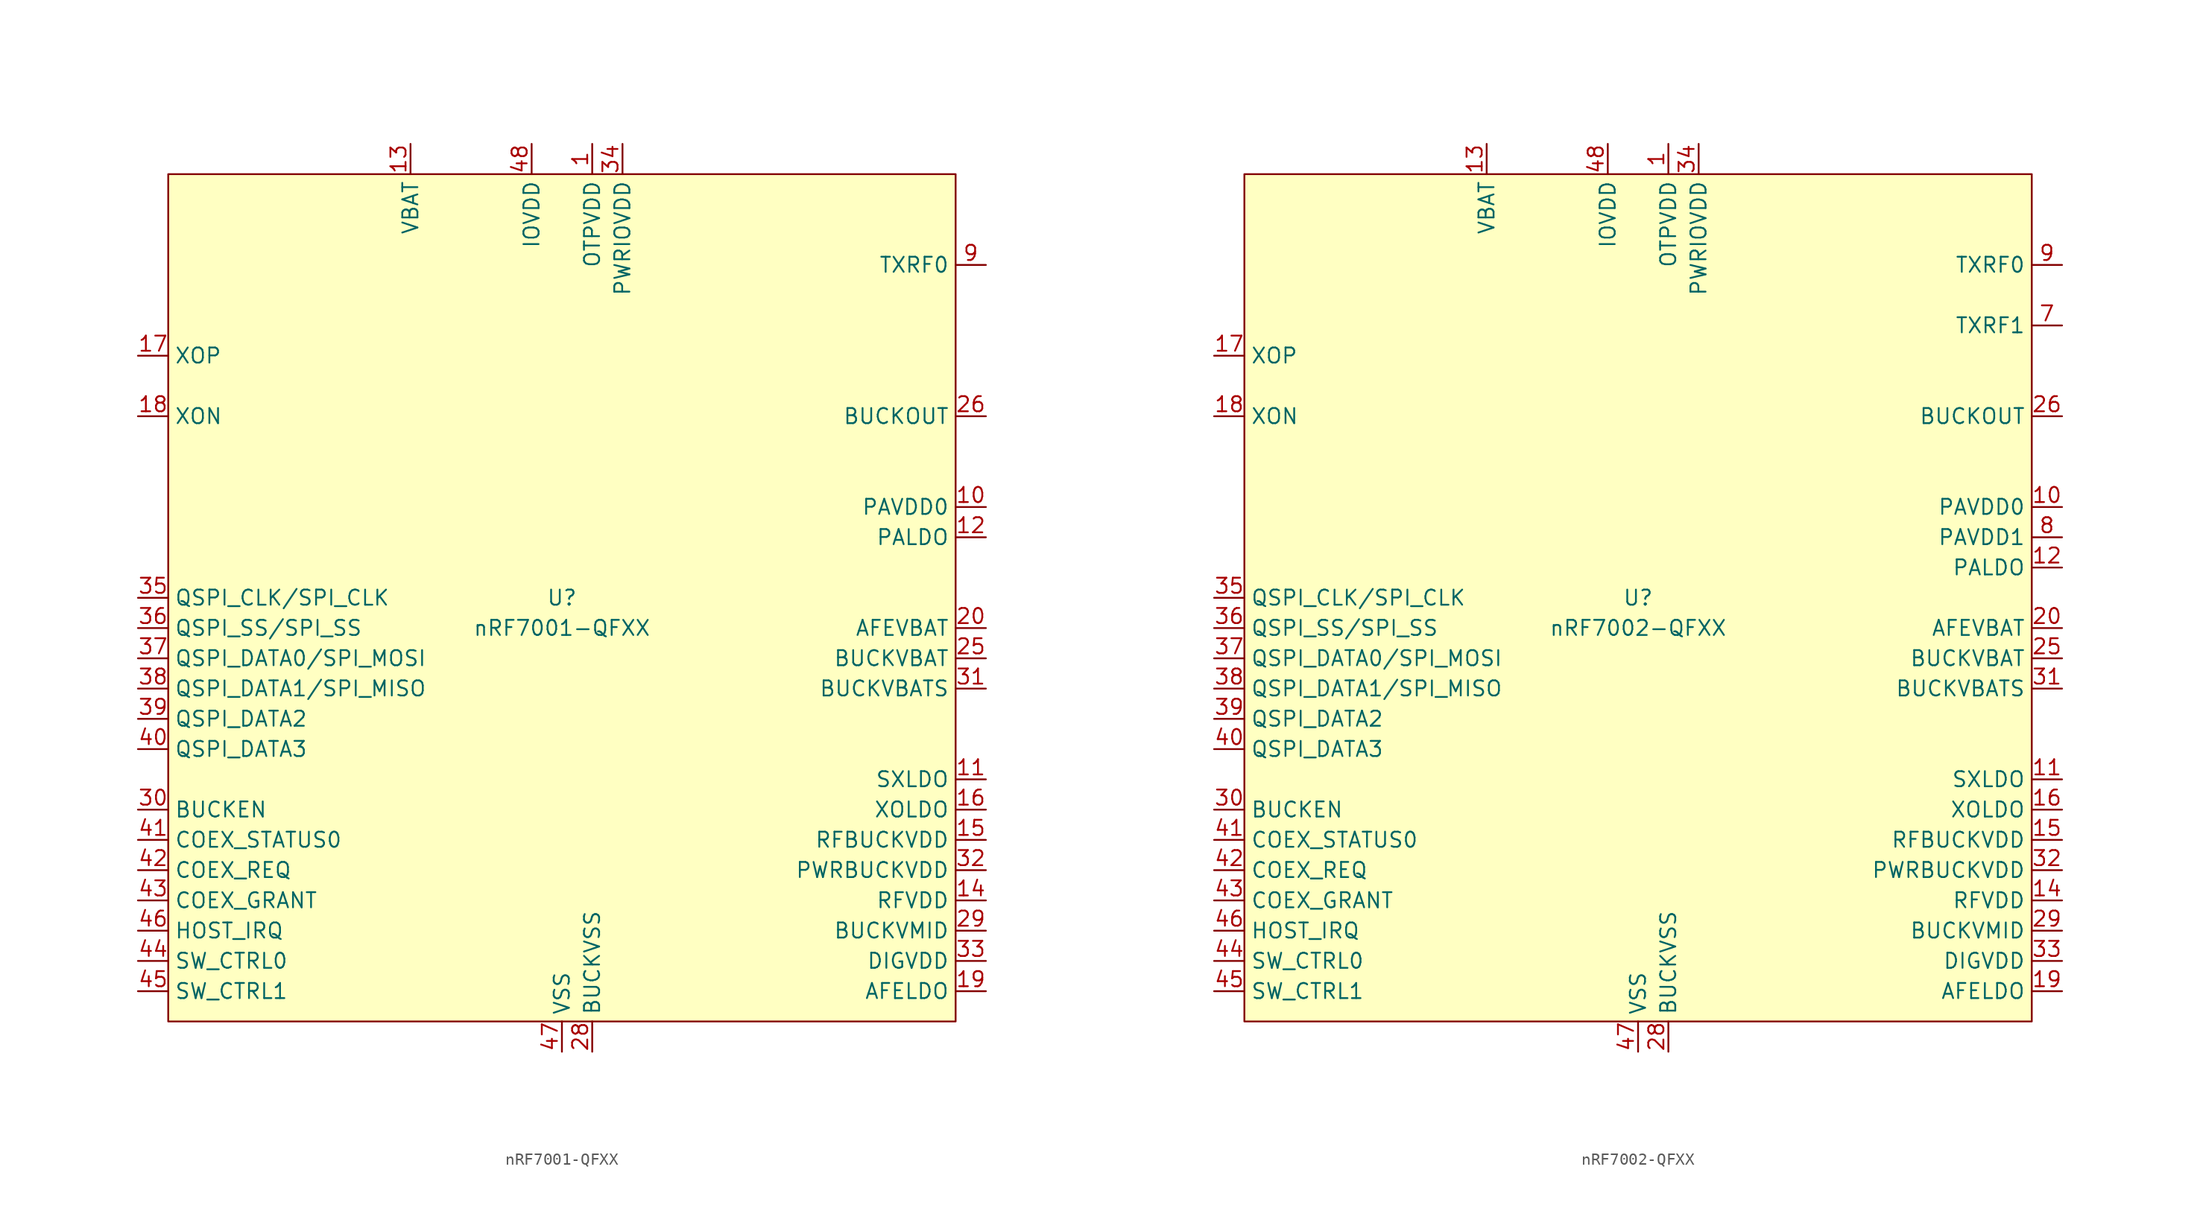
<source format=kicad_sym>
(kicad_symbol_lib
  (version 20220914)
  (generator kicad_symbol_editor)
  (symbol "nRF7001-QFXX"
    (property "Reference" "U"
      (at 0 0 0)
      (do_not_autoplace)
      (effects (font (size 1.27 1.27))))
    (property "Value" "nRF7001-QFXX"
      (at 0 -2.54 0)
      (do_not_autoplace)
      (effects (font (size 1.27 1.27))))
    (symbol "nRF7001-QFXX_0_0"
      (pin unspecified line (at 2.54 38.1 270) (length 2.54) (name "OTPVDD" (effects (font (size 1.27 1.27)))) (number "1" (effects (font (size 1.27 1.27)))))
      (pin unspecified line (at 35.56 7.62 180) (length 2.54) (name "PAVDD0" (effects (font (size 1.27 1.27)))) (number "10" (effects (font (size 1.27 1.27)))))
      (pin unspecified line (at 35.56 -15.24 180) (length 2.54) (name "SXLDO" (effects (font (size 1.27 1.27)))) (number "11" (effects (font (size 1.27 1.27)))))
      (pin unspecified line (at 35.56 5.08 180) (length 2.54) (name "PALDO" (effects (font (size 1.27 1.27)))) (number "12" (effects (font (size 1.27 1.27)))))
      (pin unspecified line (at -12.7 38.1 270) (length 2.54) (name "VBAT" (effects (font (size 1.27 1.27)))) (number "13" (effects (font (size 1.27 1.27)))))
      (pin unspecified line (at 35.56 -25.4 180) (length 2.54) (name "RFVDD" (effects (font (size 1.27 1.27)))) (number "14" (effects (font (size 1.27 1.27)))))
      (pin unspecified line (at 35.56 -20.32 180) (length 2.54) (name "RFBUCKVDD" (effects (font (size 1.27 1.27)))) (number "15" (effects (font (size 1.27 1.27)))))
      (pin unspecified line (at 35.56 -17.78 180) (length 2.54) (name "XOLDO" (effects (font (size 1.27 1.27)))) (number "16" (effects (font (size 1.27 1.27)))))
      (pin unspecified line (at -35.56 20.32 0) (length 2.54) (name "XOP" (effects (font (size 1.27 1.27)))) (number "17" (effects (font (size 1.27 1.27)))))
      (pin unspecified line (at -35.56 15.24 0) (length 2.54) (name "XON" (effects (font (size 1.27 1.27)))) (number "18" (effects (font (size 1.27 1.27)))))
      (pin unspecified line (at 35.56 -33.02 180) (length 2.54) (name "AFELDO" (effects (font (size 1.27 1.27)))) (number "19" (effects (font (size 1.27 1.27)))))
      (pin unspecified line (at 35.56 -2.54 180) (length 2.54) (name "AFEVBAT" (effects (font (size 1.27 1.27)))) (number "20" (effects (font (size 1.27 1.27)))))
      (pin unspecified line (at 35.56 -5.08 180) (length 2.54) (name "BUCKVBAT" (effects (font (size 1.27 1.27)))) (number "25" (effects (font (size 1.27 1.27)))))
      (pin unspecified line (at 35.56 15.24 180) (length 2.54) (name "BUCKOUT" (effects (font (size 1.27 1.27)))) (number "26" (effects (font (size 1.27 1.27)))))
      (pin unspecified line (at 2.54 -38.1 90) (length 2.54) (name "BUCKVSS" (effects (font (size 1.27 1.27)))) (number "28" (effects (font (size 1.27 1.27)))))
      (pin unspecified line (at 35.56 -27.94 180) (length 2.54) (name "BUCKVMID" (effects (font (size 1.27 1.27)))) (number "29" (effects (font (size 1.27 1.27)))))
      (pin unspecified line (at -35.56 -17.78 0) (length 2.54) (name "BUCKEN" (effects (font (size 1.27 1.27)))) (number "30" (effects (font (size 1.27 1.27)))))
      (pin unspecified line (at 35.56 -7.62 180) (length 2.54) (name "BUCKVBATS" (effects (font (size 1.27 1.27)))) (number "31" (effects (font (size 1.27 1.27)))))
      (pin unspecified line (at 35.56 -22.86 180) (length 2.54) (name "PWRBUCKVDD" (effects (font (size 1.27 1.27)))) (number "32" (effects (font (size 1.27 1.27)))))
      (pin unspecified line (at 35.56 -30.48 180) (length 2.54) (name "DIGVDD" (effects (font (size 1.27 1.27)))) (number "33" (effects (font (size 1.27 1.27)))))
      (pin unspecified line (at 5.08 38.1 270) (length 2.54) (name "PWRIOVDD" (effects (font (size 1.27 1.27)))) (number "34" (effects (font (size 1.27 1.27)))))
      (pin unspecified line (at -35.56 -2.54 0) (length 2.54) (name "QSPI_SS/SPI_SS" (effects (font (size 1.27 1.27)))) (number "36" (effects (font (size 1.27 1.27)))))
      (pin unspecified line (at -35.56 -5.08 0) (length 2.54) (name "QSPI_DATA0/SPI_MOSI" (effects (font (size 1.27 1.27)))) (number "37" (effects (font (size 1.27 1.27)))))
      (pin unspecified line (at -35.56 -7.62 0) (length 2.54) (name "QSPI_DATA1/SPI_MISO" (effects (font (size 1.27 1.27)))) (number "38" (effects (font (size 1.27 1.27)))))
      (pin unspecified line (at -35.56 -10.16 0) (length 2.54) (name "QSPI_DATA2" (effects (font (size 1.27 1.27)))) (number "39" (effects (font (size 1.27 1.27)))))
      (pin unspecified line (at -35.56 -12.7 0) (length 2.54) (name "QSPI_DATA3" (effects (font (size 1.27 1.27)))) (number "40" (effects (font (size 1.27 1.27)))))
      (pin unspecified line (at -35.56 -20.32 0) (length 2.54) (name "COEX_STATUS0" (effects (font (size 1.27 1.27)))) (number "41" (effects (font (size 1.27 1.27)))))
      (pin unspecified line (at -35.56 -22.86 0) (length 2.54) (name "COEX_REQ" (effects (font (size 1.27 1.27)))) (number "42" (effects (font (size 1.27 1.27)))))
      (pin unspecified line (at -35.56 -25.4 0) (length 2.54) (name "COEX_GRANT" (effects (font (size 1.27 1.27)))) (number "43" (effects (font (size 1.27 1.27)))))
      (pin unspecified line (at -35.56 -30.48 0) (length 2.54) (name "SW_CTRL0" (effects (font (size 1.27 1.27)))) (number "44" (effects (font (size 1.27 1.27)))))
      (pin unspecified line (at -35.56 -33.02 0) (length 2.54) (name "SW_CTRL1" (effects (font (size 1.27 1.27)))) (number "45" (effects (font (size 1.27 1.27)))))
      (pin unspecified line (at -35.56 -27.94 0) (length 2.54) (name "HOST_IRQ" (effects (font (size 1.27 1.27)))) (number "46" (effects (font (size 1.27 1.27)))))
      (pin unspecified line (at -2.54 38.1 270) (length 2.54) (name "IOVDD" (effects (font (size 1.27 1.27)))) (number "48" (effects (font (size 1.27 1.27)))))
      (pin unspecified line (at 35.56 27.94 180) (length 2.54) (name "TXRF0" (effects (font (size 1.27 1.27)))) (number "9" (effects (font (size 1.27 1.27))))))
    (symbol "nRF7001-QFXX_1_0"
      (pin no_connect line (at 10.16 -25.4 90) (length 2.54) hide (name "N.C." (effects (font (size 1.27 1.27)))) (number "2" (effects (font (size 1.27 1.27)))))
      (pin no_connect line (at 5.08 -25.4 90) (length 2.54) hide (name "N.C." (effects (font (size 1.27 1.27)))) (number "21" (effects (font (size 1.27 1.27)))))
      (pin no_connect line (at 2.54 -25.4 90) (length 2.54) hide (name "N.C." (effects (font (size 1.27 1.27)))) (number "22" (effects (font (size 1.27 1.27)))))
      (pin no_connect line (at 0 -25.4 90) (length 2.54) hide (name "N.C." (effects (font (size 1.27 1.27)))) (number "23" (effects (font (size 1.27 1.27)))))
      (pin no_connect line (at -2.54 -25.4 90) (length 2.54) hide (name "N.C." (effects (font (size 1.27 1.27)))) (number "24" (effects (font (size 1.27 1.27)))))
      (pin unspecified line (at 2.54 -38.1 90) (length 2.54) hide (name "BUCKVSS" (effects (font (size 1.27 1.27)))) (number "27" (effects (font (size 1.27 1.27)))))
      (pin no_connect line (at -5.08 -25.4 90) (length 2.54) hide (name "N.C." (effects (font (size 1.27 1.27)))) (number "3" (effects (font (size 1.27 1.27)))))
      (pin unspecified line (at -35.56 0 0) (length 2.54) (name "QSPI_CLK/SPI_CLK" (effects (font (size 1.27 1.27)))) (number "35" (effects (font (size 1.27 1.27)))))
      (pin no_connect line (at 7.62 -25.4 90) (length 2.54) hide (name "N.C." (effects (font (size 1.27 1.27)))) (number "4" (effects (font (size 1.27 1.27)))))
      (pin unspecified line (at 0 -38.1 90) (length 2.54) (name "VSS" (effects (font (size 1.27 1.27)))) (number "47" (effects (font (size 1.27 1.27)))))
      (pin unspecified line (at 0 -38.1 90) (length 2.54) hide (name "EP" (effects (font (size 1.27 1.27)))) (number "49" (effects (font (size 1.27 1.27)))))
      (pin no_connect line (at -7.62 -25.4 90) (length 2.54) hide (name "N.C." (effects (font (size 1.27 1.27)))) (number "5" (effects (font (size 1.27 1.27)))))
      (pin no_connect line (at -10.16 -25.4 90) (length 2.54) hide (name "N.C." (effects (font (size 1.27 1.27)))) (number "6" (effects (font (size 1.27 1.27)))))
      (pin no_connect line (at 12.7 -25.4 90) (length 2.54) hide (name "N.C." (effects (font (size 1.27 1.27)))) (number "7" (effects (font (size 1.27 1.27)))))
      (pin unspecified line (at 0 -38.1 90) (length 2.54) hide (name "VSS" (effects (font (size 1.27 1.27)))) (number "8" (effects (font (size 1.27 1.27))))))
    (symbol "nRF7001-QFXX_1_1"
      (rectangle (start -33.02 35.56) (end 33.02 -35.56) (stroke (width 0) (type default)) (fill (type background)))))
  (symbol "nRF7002-QFXX"
    (property "Reference" "U"
      (at 0 0 0)
      (do_not_autoplace)
      (effects (font (size 1.27 1.27))))
    (property "Value" "nRF7002-QFXX"
      (at 0 -2.54 0)
      (do_not_autoplace)
      (effects (font (size 1.27 1.27))))
    (symbol "nRF7002-QFXX_0_0"
      (pin unspecified line (at 2.54 38.1 270) (length 2.54) (name "OTPVDD" (effects (font (size 1.27 1.27)))) (number "1" (effects (font (size 1.27 1.27)))))
      (pin unspecified line (at 35.56 7.62 180) (length 2.54) (name "PAVDD0" (effects (font (size 1.27 1.27)))) (number "10" (effects (font (size 1.27 1.27)))))
      (pin unspecified line (at 35.56 -15.24 180) (length 2.54) (name "SXLDO" (effects (font (size 1.27 1.27)))) (number "11" (effects (font (size 1.27 1.27)))))
      (pin unspecified line (at 35.56 2.54 180) (length 2.54) (name "PALDO" (effects (font (size 1.27 1.27)))) (number "12" (effects (font (size 1.27 1.27)))))
      (pin unspecified line (at -12.7 38.1 270) (length 2.54) (name "VBAT" (effects (font (size 1.27 1.27)))) (number "13" (effects (font (size 1.27 1.27)))))
      (pin unspecified line (at 35.56 -25.4 180) (length 2.54) (name "RFVDD" (effects (font (size 1.27 1.27)))) (number "14" (effects (font (size 1.27 1.27)))))
      (pin unspecified line (at 35.56 -20.32 180) (length 2.54) (name "RFBUCKVDD" (effects (font (size 1.27 1.27)))) (number "15" (effects (font (size 1.27 1.27)))))
      (pin unspecified line (at 35.56 -17.78 180) (length 2.54) (name "XOLDO" (effects (font (size 1.27 1.27)))) (number "16" (effects (font (size 1.27 1.27)))))
      (pin unspecified line (at -35.56 20.32 0) (length 2.54) (name "XOP" (effects (font (size 1.27 1.27)))) (number "17" (effects (font (size 1.27 1.27)))))
      (pin unspecified line (at -35.56 15.24 0) (length 2.54) (name "XON" (effects (font (size 1.27 1.27)))) (number "18" (effects (font (size 1.27 1.27)))))
      (pin unspecified line (at 35.56 -33.02 180) (length 2.54) (name "AFELDO" (effects (font (size 1.27 1.27)))) (number "19" (effects (font (size 1.27 1.27)))))
      (pin unspecified line (at 35.56 -2.54 180) (length 2.54) (name "AFEVBAT" (effects (font (size 1.27 1.27)))) (number "20" (effects (font (size 1.27 1.27)))))
      (pin unspecified line (at 35.56 -5.08 180) (length 2.54) (name "BUCKVBAT" (effects (font (size 1.27 1.27)))) (number "25" (effects (font (size 1.27 1.27)))))
      (pin unspecified line (at 35.56 15.24 180) (length 2.54) (name "BUCKOUT" (effects (font (size 1.27 1.27)))) (number "26" (effects (font (size 1.27 1.27)))))
      (pin unspecified line (at 2.54 -38.1 90) (length 2.54) (name "BUCKVSS" (effects (font (size 1.27 1.27)))) (number "28" (effects (font (size 1.27 1.27)))))
      (pin unspecified line (at 35.56 -27.94 180) (length 2.54) (name "BUCKVMID" (effects (font (size 1.27 1.27)))) (number "29" (effects (font (size 1.27 1.27)))))
      (pin unspecified line (at -35.56 -17.78 0) (length 2.54) (name "BUCKEN" (effects (font (size 1.27 1.27)))) (number "30" (effects (font (size 1.27 1.27)))))
      (pin unspecified line (at 35.56 -7.62 180) (length 2.54) (name "BUCKVBATS" (effects (font (size 1.27 1.27)))) (number "31" (effects (font (size 1.27 1.27)))))
      (pin unspecified line (at 35.56 -22.86 180) (length 2.54) (name "PWRBUCKVDD" (effects (font (size 1.27 1.27)))) (number "32" (effects (font (size 1.27 1.27)))))
      (pin unspecified line (at 35.56 -30.48 180) (length 2.54) (name "DIGVDD" (effects (font (size 1.27 1.27)))) (number "33" (effects (font (size 1.27 1.27)))))
      (pin unspecified line (at 5.08 38.1 270) (length 2.54) (name "PWRIOVDD" (effects (font (size 1.27 1.27)))) (number "34" (effects (font (size 1.27 1.27)))))
      (pin unspecified line (at -35.56 -2.54 0) (length 2.54) (name "QSPI_SS/SPI_SS" (effects (font (size 1.27 1.27)))) (number "36" (effects (font (size 1.27 1.27)))))
      (pin unspecified line (at -35.56 -5.08 0) (length 2.54) (name "QSPI_DATA0/SPI_MOSI" (effects (font (size 1.27 1.27)))) (number "37" (effects (font (size 1.27 1.27)))))
      (pin unspecified line (at -35.56 -7.62 0) (length 2.54) (name "QSPI_DATA1/SPI_MISO" (effects (font (size 1.27 1.27)))) (number "38" (effects (font (size 1.27 1.27)))))
      (pin unspecified line (at -35.56 -10.16 0) (length 2.54) (name "QSPI_DATA2" (effects (font (size 1.27 1.27)))) (number "39" (effects (font (size 1.27 1.27)))))
      (pin unspecified line (at -35.56 -12.7 0) (length 2.54) (name "QSPI_DATA3" (effects (font (size 1.27 1.27)))) (number "40" (effects (font (size 1.27 1.27)))))
      (pin unspecified line (at -35.56 -20.32 0) (length 2.54) (name "COEX_STATUS0" (effects (font (size 1.27 1.27)))) (number "41" (effects (font (size 1.27 1.27)))))
      (pin unspecified line (at -35.56 -22.86 0) (length 2.54) (name "COEX_REQ" (effects (font (size 1.27 1.27)))) (number "42" (effects (font (size 1.27 1.27)))))
      (pin unspecified line (at -35.56 -25.4 0) (length 2.54) (name "COEX_GRANT" (effects (font (size 1.27 1.27)))) (number "43" (effects (font (size 1.27 1.27)))))
      (pin unspecified line (at -35.56 -30.48 0) (length 2.54) (name "SW_CTRL0" (effects (font (size 1.27 1.27)))) (number "44" (effects (font (size 1.27 1.27)))))
      (pin unspecified line (at -35.56 -33.02 0) (length 2.54) (name "SW_CTRL1" (effects (font (size 1.27 1.27)))) (number "45" (effects (font (size 1.27 1.27)))))
      (pin unspecified line (at -35.56 -27.94 0) (length 2.54) (name "HOST_IRQ" (effects (font (size 1.27 1.27)))) (number "46" (effects (font (size 1.27 1.27)))))
      (pin unspecified line (at -2.54 38.1 270) (length 2.54) (name "IOVDD" (effects (font (size 1.27 1.27)))) (number "48" (effects (font (size 1.27 1.27)))))
      (pin unspecified line (at 35.56 22.86 180) (length 2.54) (name "TXRF1" (effects (font (size 1.27 1.27)))) (number "7" (effects (font (size 1.27 1.27)))))
      (pin unspecified line (at 35.56 5.08 180) (length 2.54) (name "PAVDD1" (effects (font (size 1.27 1.27)))) (number "8" (effects (font (size 1.27 1.27)))))
      (pin unspecified line (at 35.56 27.94 180) (length 2.54) (name "TXRF0" (effects (font (size 1.27 1.27)))) (number "9" (effects (font (size 1.27 1.27))))))
    (symbol "nRF7002-QFXX_1_0"
      (pin no_connect line (at 10.16 -25.4 90) (length 2.54) hide (name "N.C." (effects (font (size 1.27 1.27)))) (number "2" (effects (font (size 1.27 1.27)))))
      (pin no_connect line (at 5.08 -25.4 90) (length 2.54) hide (name "N.C." (effects (font (size 1.27 1.27)))) (number "21" (effects (font (size 1.27 1.27)))))
      (pin no_connect line (at 2.54 -25.4 90) (length 2.54) hide (name "N.C." (effects (font (size 1.27 1.27)))) (number "22" (effects (font (size 1.27 1.27)))))
      (pin no_connect line (at 0 -25.4 90) (length 2.54) hide (name "N.C." (effects (font (size 1.27 1.27)))) (number "23" (effects (font (size 1.27 1.27)))))
      (pin no_connect line (at -2.54 -25.4 90) (length 2.54) hide (name "N.C." (effects (font (size 1.27 1.27)))) (number "24" (effects (font (size 1.27 1.27)))))
      (pin unspecified line (at 2.54 -38.1 90) (length 2.54) hide (name "BUCKVSS" (effects (font (size 1.27 1.27)))) (number "27" (effects (font (size 1.27 1.27)))))
      (pin no_connect line (at -5.08 -25.4 90) (length 2.54) hide (name "N.C." (effects (font (size 1.27 1.27)))) (number "3" (effects (font (size 1.27 1.27)))))
      (pin unspecified line (at -35.56 0 0) (length 2.54) (name "QSPI_CLK/SPI_CLK" (effects (font (size 1.27 1.27)))) (number "35" (effects (font (size 1.27 1.27)))))
      (pin no_connect line (at 7.62 -25.4 90) (length 2.54) hide (name "N.C." (effects (font (size 1.27 1.27)))) (number "4" (effects (font (size 1.27 1.27)))))
      (pin unspecified line (at 0 -38.1 90) (length 2.54) (name "VSS" (effects (font (size 1.27 1.27)))) (number "47" (effects (font (size 1.27 1.27)))))
      (pin unspecified line (at 0 -38.1 90) (length 2.54) hide (name "EP" (effects (font (size 1.27 1.27)))) (number "49" (effects (font (size 1.27 1.27)))))
      (pin no_connect line (at -7.62 -25.4 90) (length 2.54) hide (name "N.C." (effects (font (size 1.27 1.27)))) (number "5" (effects (font (size 1.27 1.27)))))
      (pin no_connect line (at -10.16 -25.4 90) (length 2.54) hide (name "N.C." (effects (font (size 1.27 1.27)))) (number "6" (effects (font (size 1.27 1.27))))))
    (symbol "nRF7002-QFXX_1_1"
      (rectangle (start -33.02 35.56) (end 33.02 -35.56) (stroke (width 0) (type default)) (fill (type background))))))
</source>
